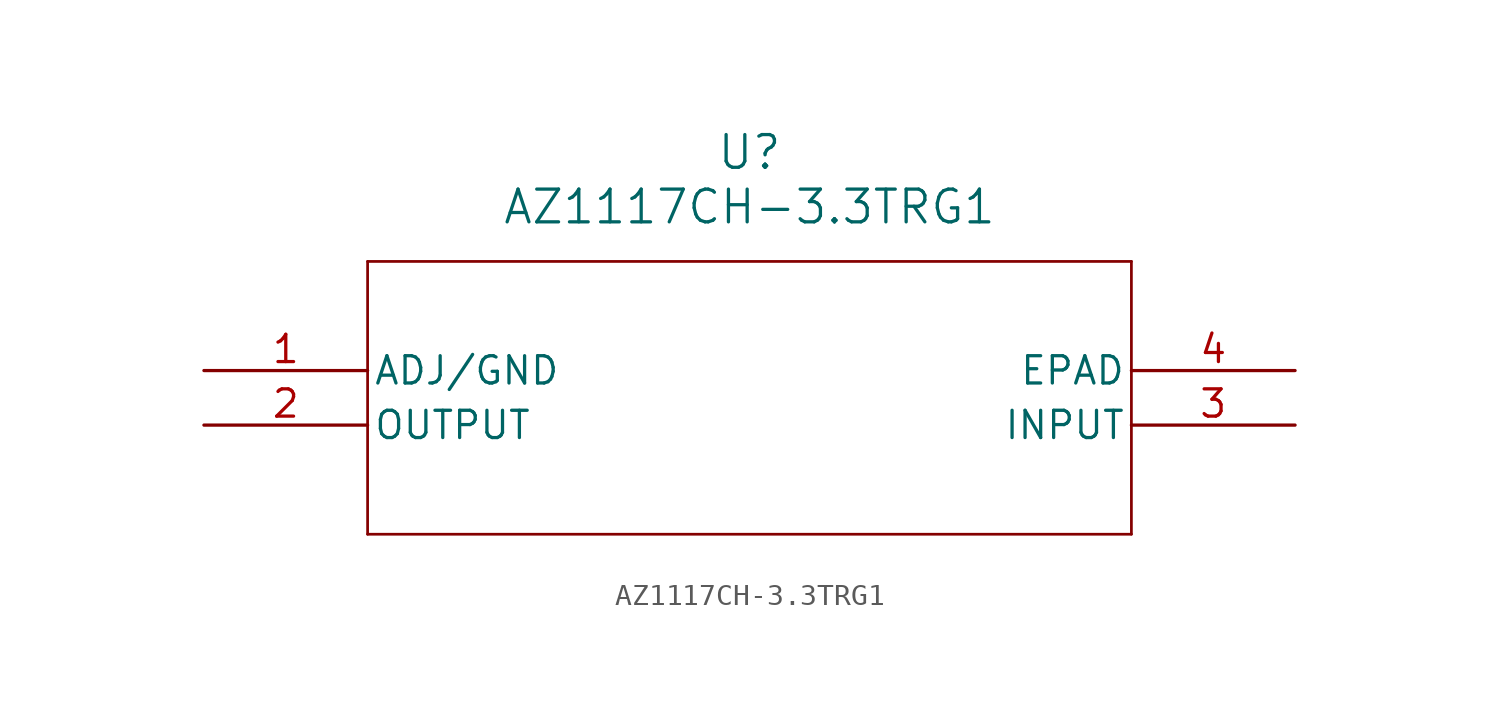
<source format=kicad_sym>
(kicad_symbol_lib
  (version 20211014)
  (generator kicad_symbol_editor)
  (symbol "AZ1117CH-3.3TRG1"
    (pin_names
      (offset 0.254))
    (property "Reference" "U"
      (at 25.4 10.16 0)
      (effects (font (size 1.524 1.524))))
    (property "Value" "AZ1117CH-3.3TRG1"
      (at 25.4 7.62 0)
      (effects (font (size 1.524 1.524))))
    (symbol "AZ1117CH-3.3TRG1_0_1"
      (polyline (pts (xy 7.62 5.08) (xy 7.62 -7.62)) (stroke (width 0.127) (type default) (color 0 0 0 0)) (fill (type none)))
      (polyline (pts (xy 7.62 -7.62) (xy 43.18 -7.62)) (stroke (width 0.127) (type default) (color 0 0 0 0)) (fill (type none)))
      (polyline (pts (xy 43.18 -7.62) (xy 43.18 5.08)) (stroke (width 0.127) (type default) (color 0 0 0 0)) (fill (type none)))
      (polyline (pts (xy 43.18 5.08) (xy 7.62 5.08)) (stroke (width 0.127) (type default) (color 0 0 0 0)) (fill (type none)))
      (pin bidirectional line (at 0 0 0) (length 7.62) (name "ADJ/GND" (effects (font (size 1.27 1.27)))) (number "1" (effects (font (size 1.27 1.27)))))
      (pin output line (at 0 -2.54 0) (length 7.62) (name "OUTPUT" (effects (font (size 1.27 1.27)))) (number "2" (effects (font (size 1.27 1.27)))))
      (pin input line (at 50.8 -2.54 180) (length 7.62) (name "INPUT" (effects (font (size 1.27 1.27)))) (number "3" (effects (font (size 1.27 1.27)))))
      (pin unspecified line (at 50.8 0 180) (length 7.62) (name "EPAD" (effects (font (size 1.27 1.27)))) (number "4" (effects (font (size 1.27 1.27))))))))
</source>
